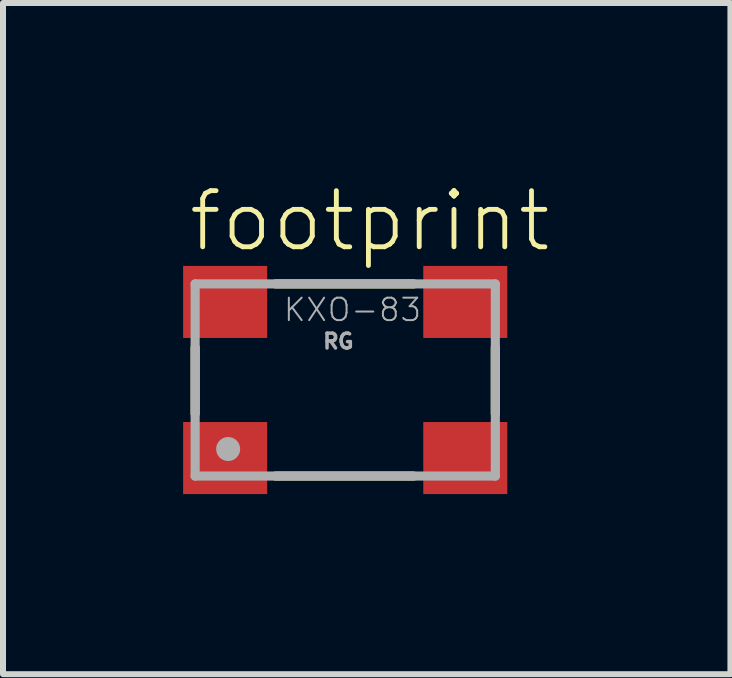
<source format=kicad_pcb>
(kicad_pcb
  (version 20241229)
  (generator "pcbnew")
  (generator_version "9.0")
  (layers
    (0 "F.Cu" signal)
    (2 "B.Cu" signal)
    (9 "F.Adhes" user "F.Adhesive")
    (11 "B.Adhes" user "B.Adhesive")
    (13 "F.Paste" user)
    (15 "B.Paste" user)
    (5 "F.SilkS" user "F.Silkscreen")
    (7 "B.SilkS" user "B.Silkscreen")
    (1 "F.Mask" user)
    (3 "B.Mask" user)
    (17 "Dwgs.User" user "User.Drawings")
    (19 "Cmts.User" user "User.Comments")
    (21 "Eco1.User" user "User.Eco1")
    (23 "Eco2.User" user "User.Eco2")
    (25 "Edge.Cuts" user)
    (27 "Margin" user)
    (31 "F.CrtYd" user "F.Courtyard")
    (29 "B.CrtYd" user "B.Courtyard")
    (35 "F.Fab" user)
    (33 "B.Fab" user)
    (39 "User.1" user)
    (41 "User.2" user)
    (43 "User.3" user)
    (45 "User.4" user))
  (footprint "footprint"
    (layer "F.Cu")
    (at 2.7 3.279)
    (property "Reference" "footprint" (at -2.65 -2.1 0) (layer "F.SilkS") (effects (font (size 0.935 0.935) (thickness 0.081)) (justify left bottom)))
    (fp_line (start -2.5 0.56) (end -2.5 -0.54) (stroke (width 0.152) (type solid)) (layer "F.SilkS"))
    (fp_line (start -1.16 -1.6) (end 1.14 -1.6) (stroke (width 0.152) (type solid)) (layer "F.SilkS"))
    (fp_line (start -1.16 1.6) (end 1.14 1.6) (stroke (width 0.152) (type solid)) (layer "F.SilkS"))
    (fp_line (start 2.5 0.56) (end 2.5 -0.54) (stroke (width 0.152) (type solid)) (layer "F.SilkS"))
    (fp_line (start -2.5 -1.6) (end -2.5 1.6) (stroke (width 0.152) (type solid)) (layer "F.Fab"))
    (fp_line (start -2.5 1.6) (end 2.5 1.6) (stroke (width 0.152) (type solid)) (layer "F.Fab"))
    (fp_line (start 2.5 -1.6) (end -2.5 -1.6) (stroke (width 0.152) (type solid)) (layer "F.Fab"))
    (fp_line (start 2.5 1.6) (end 2.5 -1.6) (stroke (width 0.152) (type solid)) (layer "F.Fab"))
    (fp_circle (center -1.95 1.15) (end -1.85 1.15) (stroke (width 0.2) (type solid)) (fill no) (layer "F.Fab"))
    (fp_text user "KXO-83" (at -1.05 -0.95 0) (layer "F.Fab") (effects (font (size 0.374 0.374) (thickness 0.033)) (justify left bottom)))
    (fp_text user "RG" (at -0.4 -0.5 0) (layer "F.Fab") (effects (font (size 0.247 0.247) (thickness 0.058)) (justify left bottom)))
    (pad "1" smd rect (at -2 1.3) (size 1.4 1.2) (layers "F.Cu" "F.Mask" "F.Paste"))
    (pad "2" smd rect (at 2 1.3) (size 1.4 1.2) (layers "F.Cu" "F.Mask" "F.Paste"))
    (pad "3" smd rect (at 2 -1.3) (size 1.4 1.2) (layers "F.Cu" "F.Mask" "F.Paste"))
    (pad "4" smd rect (at -2 -1.3) (size 1.4 1.2) (layers "F.Cu" "F.Mask" "F.Paste")))
  (gr_rect
    (start -3 -3)
    (end 9.116 8.179)
    (stroke (width 0.1) (type default))
    (fill no)
    (layer "Edge.Cuts")))
</source>
